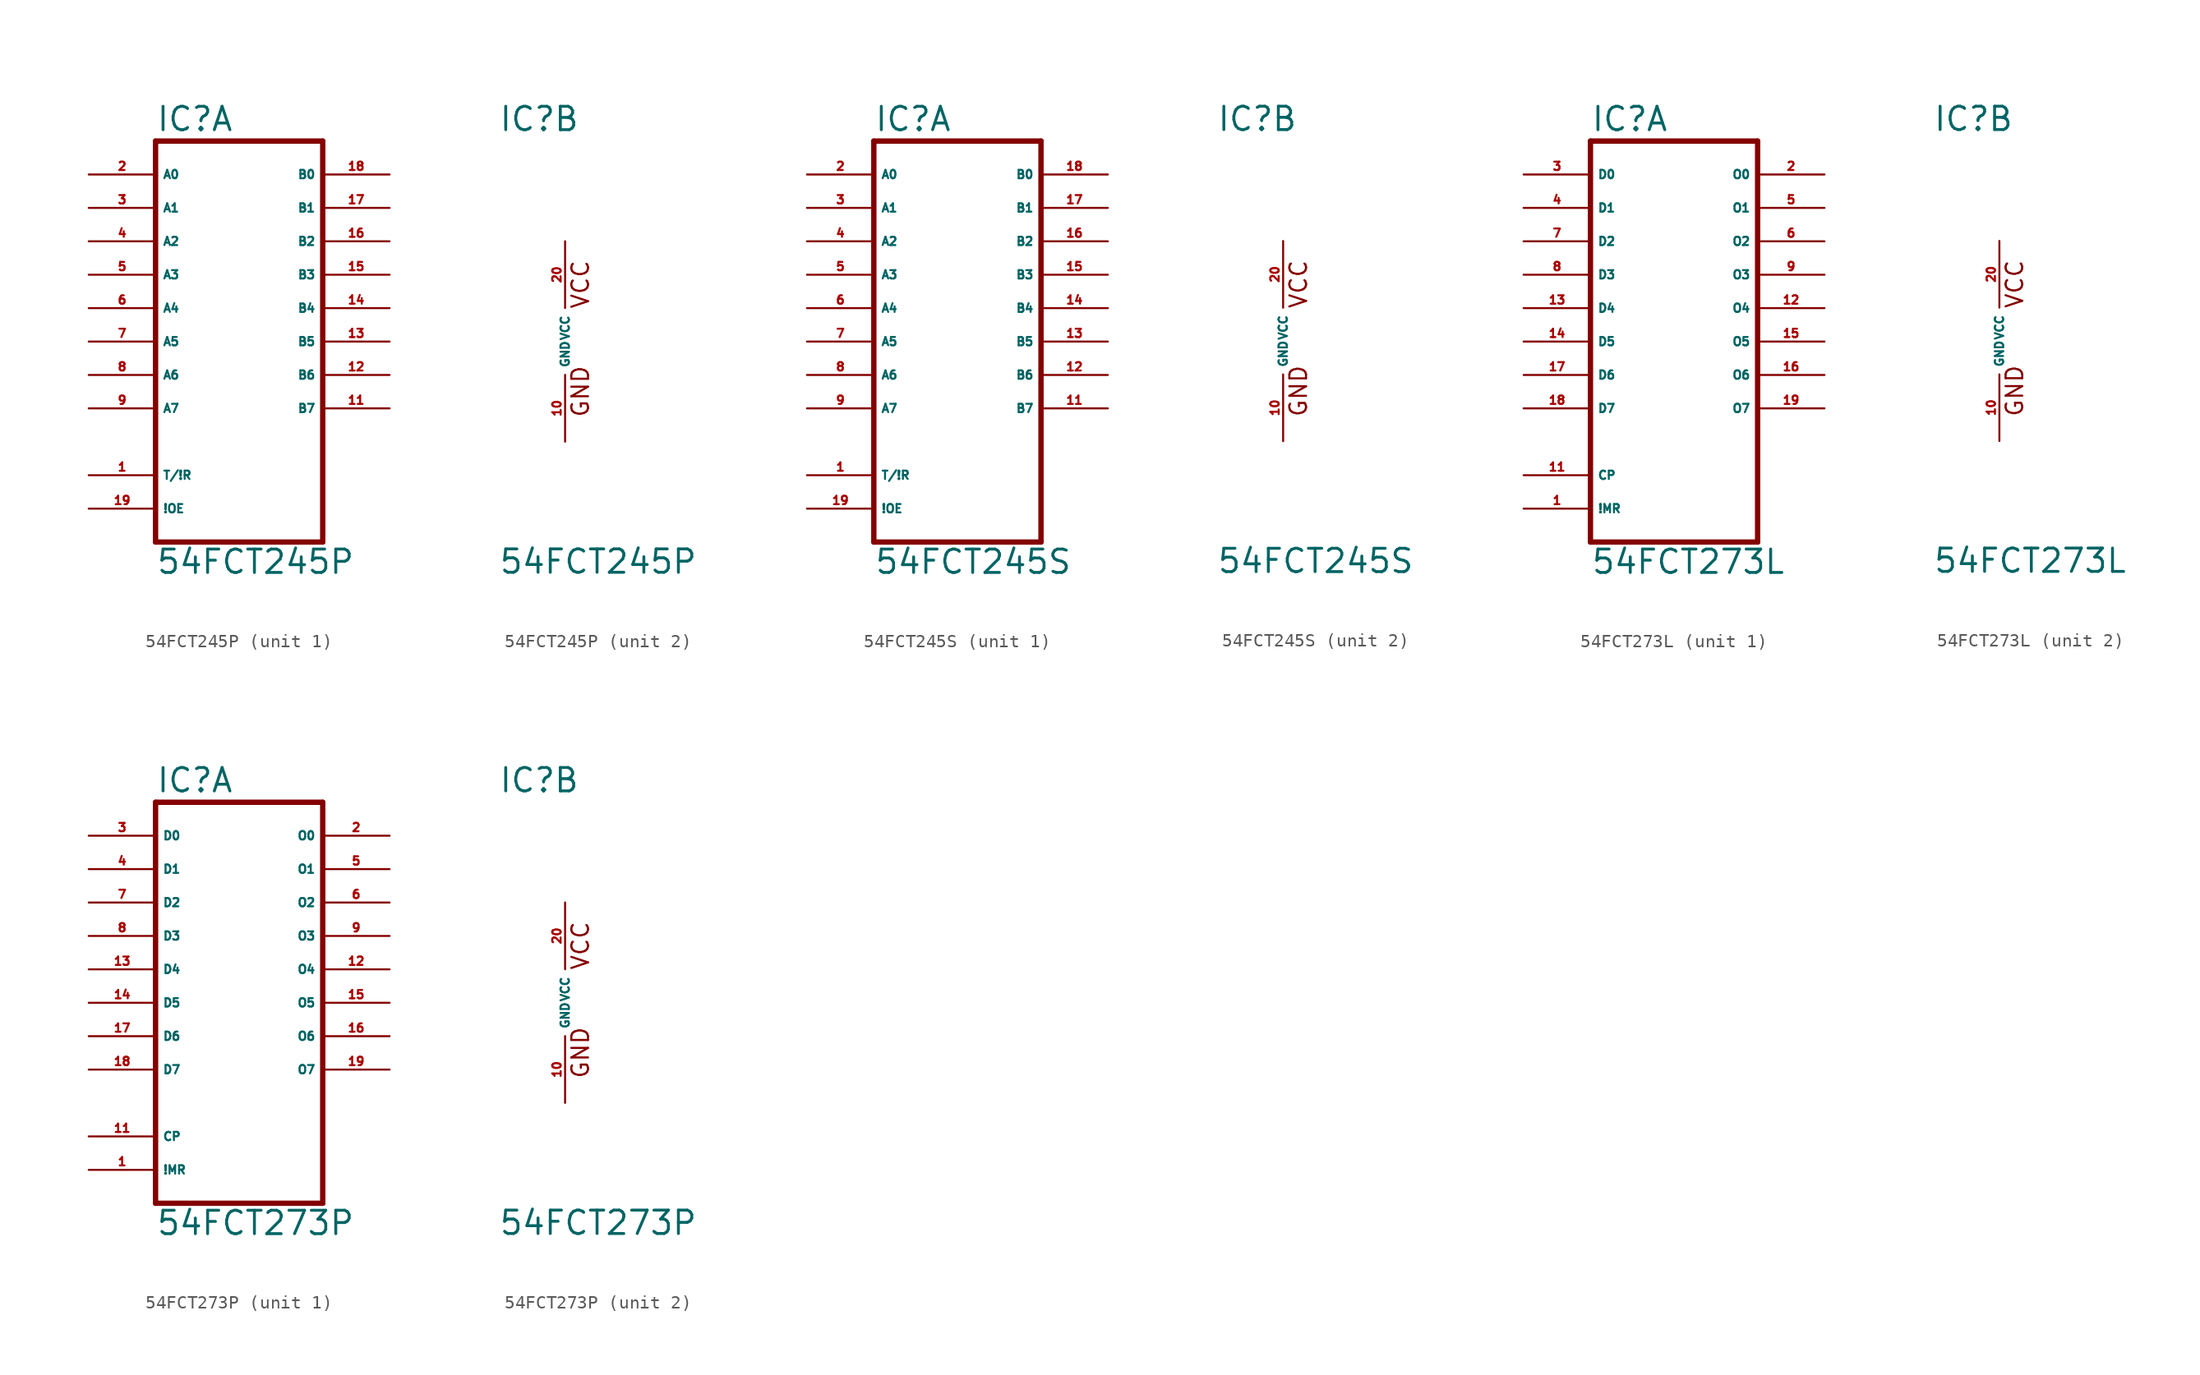
<source format=kicad_sym>
(kicad_symbol_lib
  (version 20220914)
  (generator Eagle2Kicad)
  (symbol "54FCT245P"
    (property "Reference" "IC"
      (at -5.08 15.875 0)
      (effects (font (size 1.778 1.778) (thickness 0.22)) (justify left bottom)))
    (property "Value" "54FCT245P"
      (at -5.08 -17.78 0)
      (effects (font (size 1.778 1.778) (thickness 0.22)) (justify left bottom)))
    (symbol "54FCT245P_1_0"
      (polyline (pts (xy -5.08 -15.24) (xy 7.62 -15.24)) (stroke (width 0.406) (type default)) (fill (type none)))
      (polyline (pts (xy 7.62 -15.24) (xy 7.62 15.24)) (stroke (width 0.406) (type default)) (fill (type none)))
      (polyline (pts (xy 7.62 15.24) (xy -5.08 15.24)) (stroke (width 0.406) (type default)) (fill (type none)))
      (polyline (pts (xy -5.08 15.24) (xy -5.08 -15.24)) (stroke (width 0.406) (type default)) (fill (type none)))
      (pin bidirectional line (at -10.16 12.7 0) (length 5.08) (name "A0" (effects (font (size 0.635 0.635) (thickness 0.08)) (justify left bottom))) (number "2" (effects (font (size 0.635 0.635) (thickness 0.08)) (justify left bottom))))
      (pin bidirectional line (at -10.16 10.16 0) (length 5.08) (name "A1" (effects (font (size 0.635 0.635) (thickness 0.08)) (justify left bottom))) (number "3" (effects (font (size 0.635 0.635) (thickness 0.08)) (justify left bottom))))
      (pin bidirectional line (at -10.16 7.62 0) (length 5.08) (name "A2" (effects (font (size 0.635 0.635) (thickness 0.08)) (justify left bottom))) (number "4" (effects (font (size 0.635 0.635) (thickness 0.08)) (justify left bottom))))
      (pin bidirectional line (at -10.16 5.08 0) (length 5.08) (name "A3" (effects (font (size 0.635 0.635) (thickness 0.08)) (justify left bottom))) (number "5" (effects (font (size 0.635 0.635) (thickness 0.08)) (justify left bottom))))
      (pin bidirectional line (at -10.16 2.54 0) (length 5.08) (name "A4" (effects (font (size 0.635 0.635) (thickness 0.08)) (justify left bottom))) (number "6" (effects (font (size 0.635 0.635) (thickness 0.08)) (justify left bottom))))
      (pin bidirectional line (at -10.16 0 0) (length 5.08) (name "A5" (effects (font (size 0.635 0.635) (thickness 0.08)) (justify left bottom))) (number "7" (effects (font (size 0.635 0.635) (thickness 0.08)) (justify left bottom))))
      (pin bidirectional line (at -10.16 -2.54 0) (length 5.08) (name "A6" (effects (font (size 0.635 0.635) (thickness 0.08)) (justify left bottom))) (number "8" (effects (font (size 0.635 0.635) (thickness 0.08)) (justify left bottom))))
      (pin bidirectional line (at -10.16 -5.08 0) (length 5.08) (name "A7" (effects (font (size 0.635 0.635) (thickness 0.08)) (justify left bottom))) (number "9" (effects (font (size 0.635 0.635) (thickness 0.08)) (justify left bottom))))
      (pin bidirectional line (at 12.7 12.7 180) (length 5.08) (name "B0" (effects (font (size 0.635 0.635) (thickness 0.08)) (justify left bottom))) (number "18" (effects (font (size 0.635 0.635) (thickness 0.08)) (justify left bottom))))
      (pin bidirectional line (at 12.7 10.16 180) (length 5.08) (name "B1" (effects (font (size 0.635 0.635) (thickness 0.08)) (justify left bottom))) (number "17" (effects (font (size 0.635 0.635) (thickness 0.08)) (justify left bottom))))
      (pin bidirectional line (at 12.7 7.62 180) (length 5.08) (name "B2" (effects (font (size 0.635 0.635) (thickness 0.08)) (justify left bottom))) (number "16" (effects (font (size 0.635 0.635) (thickness 0.08)) (justify left bottom))))
      (pin bidirectional line (at 12.7 5.08 180) (length 5.08) (name "B3" (effects (font (size 0.635 0.635) (thickness 0.08)) (justify left bottom))) (number "15" (effects (font (size 0.635 0.635) (thickness 0.08)) (justify left bottom))))
      (pin bidirectional line (at 12.7 2.54 180) (length 5.08) (name "B4" (effects (font (size 0.635 0.635) (thickness 0.08)) (justify left bottom))) (number "14" (effects (font (size 0.635 0.635) (thickness 0.08)) (justify left bottom))))
      (pin bidirectional line (at 12.7 0 180) (length 5.08) (name "B5" (effects (font (size 0.635 0.635) (thickness 0.08)) (justify left bottom))) (number "13" (effects (font (size 0.635 0.635) (thickness 0.08)) (justify left bottom))))
      (pin bidirectional line (at 12.7 -2.54 180) (length 5.08) (name "B6" (effects (font (size 0.635 0.635) (thickness 0.08)) (justify left bottom))) (number "12" (effects (font (size 0.635 0.635) (thickness 0.08)) (justify left bottom))))
      (pin bidirectional line (at 12.7 -5.08 180) (length 5.08) (name "B7" (effects (font (size 0.635 0.635) (thickness 0.08)) (justify left bottom))) (number "11" (effects (font (size 0.635 0.635) (thickness 0.08)) (justify left bottom))))
      (pin input line (at -10.16 -10.16 0) (length 5.08) (name "T/!R" (effects (font (size 0.635 0.635) (thickness 0.08)) (justify left bottom))) (number "1" (effects (font (size 0.635 0.635) (thickness 0.08)) (justify left bottom))))
      (pin input line (at -10.16 -12.7 0) (length 5.08) (name "!OE" (effects (font (size 0.635 0.635) (thickness 0.08)) (justify left bottom))) (number "19" (effects (font (size 0.635 0.635) (thickness 0.08)) (justify left bottom)))))
    (symbol "54FCT245P_2_0"
      (text "GND" (at 1.905 -5.842 900) (effects (font (size 1.27 1.27) (thickness 0.16)) (justify left bottom)))
      (text "VCC" (at 1.905 2.413 900) (effects (font (size 1.27 1.27) (thickness 0.16)) (justify left bottom)))
      (pin unspecified line (at 0 7.62 270) (length 5.08) (name "VCC" (effects (font (size 0.635 0.635) (thickness 0.08)) (justify left bottom))) (number "20" (effects (font (size 0.635 0.635) (thickness 0.08)) (justify left bottom))))
      (pin unspecified line (at 0 -7.62 90) (length 5.08) (name "GND" (effects (font (size 0.635 0.635) (thickness 0.08)) (justify left bottom))) (number "10" (effects (font (size 0.635 0.635) (thickness 0.08)) (justify left bottom))))))
  (symbol "54FCT245S"
    (property "Reference" "IC"
      (at -5.08 15.875 0)
      (effects (font (size 1.778 1.778) (thickness 0.22)) (justify left bottom)))
    (property "Value" "54FCT245S"
      (at -5.08 -17.78 0)
      (effects (font (size 1.778 1.778) (thickness 0.22)) (justify left bottom)))
    (symbol "54FCT245S_1_0"
      (polyline (pts (xy -5.08 -15.24) (xy 7.62 -15.24)) (stroke (width 0.406) (type default)) (fill (type none)))
      (polyline (pts (xy 7.62 -15.24) (xy 7.62 15.24)) (stroke (width 0.406) (type default)) (fill (type none)))
      (polyline (pts (xy 7.62 15.24) (xy -5.08 15.24)) (stroke (width 0.406) (type default)) (fill (type none)))
      (polyline (pts (xy -5.08 15.24) (xy -5.08 -15.24)) (stroke (width 0.406) (type default)) (fill (type none)))
      (pin bidirectional line (at -10.16 12.7 0) (length 5.08) (name "A0" (effects (font (size 0.635 0.635) (thickness 0.08)) (justify left bottom))) (number "2" (effects (font (size 0.635 0.635) (thickness 0.08)) (justify left bottom))))
      (pin bidirectional line (at -10.16 10.16 0) (length 5.08) (name "A1" (effects (font (size 0.635 0.635) (thickness 0.08)) (justify left bottom))) (number "3" (effects (font (size 0.635 0.635) (thickness 0.08)) (justify left bottom))))
      (pin bidirectional line (at -10.16 7.62 0) (length 5.08) (name "A2" (effects (font (size 0.635 0.635) (thickness 0.08)) (justify left bottom))) (number "4" (effects (font (size 0.635 0.635) (thickness 0.08)) (justify left bottom))))
      (pin bidirectional line (at -10.16 5.08 0) (length 5.08) (name "A3" (effects (font (size 0.635 0.635) (thickness 0.08)) (justify left bottom))) (number "5" (effects (font (size 0.635 0.635) (thickness 0.08)) (justify left bottom))))
      (pin bidirectional line (at -10.16 2.54 0) (length 5.08) (name "A4" (effects (font (size 0.635 0.635) (thickness 0.08)) (justify left bottom))) (number "6" (effects (font (size 0.635 0.635) (thickness 0.08)) (justify left bottom))))
      (pin bidirectional line (at -10.16 0 0) (length 5.08) (name "A5" (effects (font (size 0.635 0.635) (thickness 0.08)) (justify left bottom))) (number "7" (effects (font (size 0.635 0.635) (thickness 0.08)) (justify left bottom))))
      (pin bidirectional line (at -10.16 -2.54 0) (length 5.08) (name "A6" (effects (font (size 0.635 0.635) (thickness 0.08)) (justify left bottom))) (number "8" (effects (font (size 0.635 0.635) (thickness 0.08)) (justify left bottom))))
      (pin bidirectional line (at -10.16 -5.08 0) (length 5.08) (name "A7" (effects (font (size 0.635 0.635) (thickness 0.08)) (justify left bottom))) (number "9" (effects (font (size 0.635 0.635) (thickness 0.08)) (justify left bottom))))
      (pin bidirectional line (at 12.7 12.7 180) (length 5.08) (name "B0" (effects (font (size 0.635 0.635) (thickness 0.08)) (justify left bottom))) (number "18" (effects (font (size 0.635 0.635) (thickness 0.08)) (justify left bottom))))
      (pin bidirectional line (at 12.7 10.16 180) (length 5.08) (name "B1" (effects (font (size 0.635 0.635) (thickness 0.08)) (justify left bottom))) (number "17" (effects (font (size 0.635 0.635) (thickness 0.08)) (justify left bottom))))
      (pin bidirectional line (at 12.7 7.62 180) (length 5.08) (name "B2" (effects (font (size 0.635 0.635) (thickness 0.08)) (justify left bottom))) (number "16" (effects (font (size 0.635 0.635) (thickness 0.08)) (justify left bottom))))
      (pin bidirectional line (at 12.7 5.08 180) (length 5.08) (name "B3" (effects (font (size 0.635 0.635) (thickness 0.08)) (justify left bottom))) (number "15" (effects (font (size 0.635 0.635) (thickness 0.08)) (justify left bottom))))
      (pin bidirectional line (at 12.7 2.54 180) (length 5.08) (name "B4" (effects (font (size 0.635 0.635) (thickness 0.08)) (justify left bottom))) (number "14" (effects (font (size 0.635 0.635) (thickness 0.08)) (justify left bottom))))
      (pin bidirectional line (at 12.7 0 180) (length 5.08) (name "B5" (effects (font (size 0.635 0.635) (thickness 0.08)) (justify left bottom))) (number "13" (effects (font (size 0.635 0.635) (thickness 0.08)) (justify left bottom))))
      (pin bidirectional line (at 12.7 -2.54 180) (length 5.08) (name "B6" (effects (font (size 0.635 0.635) (thickness 0.08)) (justify left bottom))) (number "12" (effects (font (size 0.635 0.635) (thickness 0.08)) (justify left bottom))))
      (pin bidirectional line (at 12.7 -5.08 180) (length 5.08) (name "B7" (effects (font (size 0.635 0.635) (thickness 0.08)) (justify left bottom))) (number "11" (effects (font (size 0.635 0.635) (thickness 0.08)) (justify left bottom))))
      (pin input line (at -10.16 -10.16 0) (length 5.08) (name "T/!R" (effects (font (size 0.635 0.635) (thickness 0.08)) (justify left bottom))) (number "1" (effects (font (size 0.635 0.635) (thickness 0.08)) (justify left bottom))))
      (pin input line (at -10.16 -12.7 0) (length 5.08) (name "!OE" (effects (font (size 0.635 0.635) (thickness 0.08)) (justify left bottom))) (number "19" (effects (font (size 0.635 0.635) (thickness 0.08)) (justify left bottom)))))
    (symbol "54FCT245S_2_0"
      (text "GND" (at 1.905 -5.842 900) (effects (font (size 1.27 1.27) (thickness 0.16)) (justify left bottom)))
      (text "VCC" (at 1.905 2.413 900) (effects (font (size 1.27 1.27) (thickness 0.16)) (justify left bottom)))
      (pin unspecified line (at 0 7.62 270) (length 5.08) (name "VCC" (effects (font (size 0.635 0.635) (thickness 0.08)) (justify left bottom))) (number "20" (effects (font (size 0.635 0.635) (thickness 0.08)) (justify left bottom))))
      (pin unspecified line (at 0 -7.62 90) (length 5.08) (name "GND" (effects (font (size 0.635 0.635) (thickness 0.08)) (justify left bottom))) (number "10" (effects (font (size 0.635 0.635) (thickness 0.08)) (justify left bottom))))))
  (symbol "54FCT273L"
    (property "Reference" "IC"
      (at -5.08 15.875 0)
      (effects (font (size 1.778 1.778) (thickness 0.22)) (justify left bottom)))
    (property "Value" "54FCT273L"
      (at -5.08 -17.78 0)
      (effects (font (size 1.778 1.778) (thickness 0.22)) (justify left bottom)))
    (symbol "54FCT273L_1_0"
      (polyline (pts (xy -5.08 -15.24) (xy 7.62 -15.24)) (stroke (width 0.406) (type default)) (fill (type none)))
      (polyline (pts (xy 7.62 -15.24) (xy 7.62 15.24)) (stroke (width 0.406) (type default)) (fill (type none)))
      (polyline (pts (xy 7.62 15.24) (xy -5.08 15.24)) (stroke (width 0.406) (type default)) (fill (type none)))
      (polyline (pts (xy -5.08 15.24) (xy -5.08 -15.24)) (stroke (width 0.406) (type default)) (fill (type none)))
      (pin input line (at -10.16 12.7 0) (length 5.08) (name "D0" (effects (font (size 0.635 0.635) (thickness 0.08)) (justify left bottom))) (number "3" (effects (font (size 0.635 0.635) (thickness 0.08)) (justify left bottom))))
      (pin input line (at -10.16 10.16 0) (length 5.08) (name "D1" (effects (font (size 0.635 0.635) (thickness 0.08)) (justify left bottom))) (number "4" (effects (font (size 0.635 0.635) (thickness 0.08)) (justify left bottom))))
      (pin input line (at -10.16 7.62 0) (length 5.08) (name "D2" (effects (font (size 0.635 0.635) (thickness 0.08)) (justify left bottom))) (number "7" (effects (font (size 0.635 0.635) (thickness 0.08)) (justify left bottom))))
      (pin input line (at -10.16 5.08 0) (length 5.08) (name "D3" (effects (font (size 0.635 0.635) (thickness 0.08)) (justify left bottom))) (number "8" (effects (font (size 0.635 0.635) (thickness 0.08)) (justify left bottom))))
      (pin input line (at -10.16 2.54 0) (length 5.08) (name "D4" (effects (font (size 0.635 0.635) (thickness 0.08)) (justify left bottom))) (number "13" (effects (font (size 0.635 0.635) (thickness 0.08)) (justify left bottom))))
      (pin input line (at -10.16 0 0) (length 5.08) (name "D5" (effects (font (size 0.635 0.635) (thickness 0.08)) (justify left bottom))) (number "14" (effects (font (size 0.635 0.635) (thickness 0.08)) (justify left bottom))))
      (pin input line (at -10.16 -2.54 0) (length 5.08) (name "D6" (effects (font (size 0.635 0.635) (thickness 0.08)) (justify left bottom))) (number "17" (effects (font (size 0.635 0.635) (thickness 0.08)) (justify left bottom))))
      (pin input line (at -10.16 -5.08 0) (length 5.08) (name "D7" (effects (font (size 0.635 0.635) (thickness 0.08)) (justify left bottom))) (number "18" (effects (font (size 0.635 0.635) (thickness 0.08)) (justify left bottom))))
      (pin output line (at 12.7 12.7 180) (length 5.08) (name "O0" (effects (font (size 0.635 0.635) (thickness 0.08)) (justify left bottom))) (number "2" (effects (font (size 0.635 0.635) (thickness 0.08)) (justify left bottom))))
      (pin output line (at 12.7 10.16 180) (length 5.08) (name "O1" (effects (font (size 0.635 0.635) (thickness 0.08)) (justify left bottom))) (number "5" (effects (font (size 0.635 0.635) (thickness 0.08)) (justify left bottom))))
      (pin output line (at 12.7 7.62 180) (length 5.08) (name "O2" (effects (font (size 0.635 0.635) (thickness 0.08)) (justify left bottom))) (number "6" (effects (font (size 0.635 0.635) (thickness 0.08)) (justify left bottom))))
      (pin output line (at 12.7 5.08 180) (length 5.08) (name "O3" (effects (font (size 0.635 0.635) (thickness 0.08)) (justify left bottom))) (number "9" (effects (font (size 0.635 0.635) (thickness 0.08)) (justify left bottom))))
      (pin output line (at 12.7 2.54 180) (length 5.08) (name "O4" (effects (font (size 0.635 0.635) (thickness 0.08)) (justify left bottom))) (number "12" (effects (font (size 0.635 0.635) (thickness 0.08)) (justify left bottom))))
      (pin output line (at 12.7 0 180) (length 5.08) (name "O5" (effects (font (size 0.635 0.635) (thickness 0.08)) (justify left bottom))) (number "15" (effects (font (size 0.635 0.635) (thickness 0.08)) (justify left bottom))))
      (pin output line (at 12.7 -2.54 180) (length 5.08) (name "O6" (effects (font (size 0.635 0.635) (thickness 0.08)) (justify left bottom))) (number "16" (effects (font (size 0.635 0.635) (thickness 0.08)) (justify left bottom))))
      (pin output line (at 12.7 -5.08 180) (length 5.08) (name "O7" (effects (font (size 0.635 0.635) (thickness 0.08)) (justify left bottom))) (number "19" (effects (font (size 0.635 0.635) (thickness 0.08)) (justify left bottom))))
      (pin input line (at -10.16 -10.16 0) (length 5.08) (name "CP" (effects (font (size 0.635 0.635) (thickness 0.08)) (justify left bottom))) (number "11" (effects (font (size 0.635 0.635) (thickness 0.08)) (justify left bottom))))
      (pin input line (at -10.16 -12.7 0) (length 5.08) (name "!MR" (effects (font (size 0.635 0.635) (thickness 0.08)) (justify left bottom))) (number "1" (effects (font (size 0.635 0.635) (thickness 0.08)) (justify left bottom)))))
    (symbol "54FCT273L_2_0"
      (text "GND" (at 1.905 -5.842 900) (effects (font (size 1.27 1.27) (thickness 0.16)) (justify left bottom)))
      (text "VCC" (at 1.905 2.413 900) (effects (font (size 1.27 1.27) (thickness 0.16)) (justify left bottom)))
      (pin unspecified line (at 0 7.62 270) (length 5.08) (name "VCC" (effects (font (size 0.635 0.635) (thickness 0.08)) (justify left bottom))) (number "20" (effects (font (size 0.635 0.635) (thickness 0.08)) (justify left bottom))))
      (pin unspecified line (at 0 -7.62 90) (length 5.08) (name "GND" (effects (font (size 0.635 0.635) (thickness 0.08)) (justify left bottom))) (number "10" (effects (font (size 0.635 0.635) (thickness 0.08)) (justify left bottom))))))
  (symbol "54FCT273P"
    (property "Reference" "IC"
      (at -5.08 15.875 0)
      (effects (font (size 1.778 1.778) (thickness 0.22)) (justify left bottom)))
    (property "Value" "54FCT273P"
      (at -5.08 -17.78 0)
      (effects (font (size 1.778 1.778) (thickness 0.22)) (justify left bottom)))
    (symbol "54FCT273P_1_0"
      (polyline (pts (xy -5.08 -15.24) (xy 7.62 -15.24)) (stroke (width 0.406) (type default)) (fill (type none)))
      (polyline (pts (xy 7.62 -15.24) (xy 7.62 15.24)) (stroke (width 0.406) (type default)) (fill (type none)))
      (polyline (pts (xy 7.62 15.24) (xy -5.08 15.24)) (stroke (width 0.406) (type default)) (fill (type none)))
      (polyline (pts (xy -5.08 15.24) (xy -5.08 -15.24)) (stroke (width 0.406) (type default)) (fill (type none)))
      (pin input line (at -10.16 12.7 0) (length 5.08) (name "D0" (effects (font (size 0.635 0.635) (thickness 0.08)) (justify left bottom))) (number "3" (effects (font (size 0.635 0.635) (thickness 0.08)) (justify left bottom))))
      (pin input line (at -10.16 10.16 0) (length 5.08) (name "D1" (effects (font (size 0.635 0.635) (thickness 0.08)) (justify left bottom))) (number "4" (effects (font (size 0.635 0.635) (thickness 0.08)) (justify left bottom))))
      (pin input line (at -10.16 7.62 0) (length 5.08) (name "D2" (effects (font (size 0.635 0.635) (thickness 0.08)) (justify left bottom))) (number "7" (effects (font (size 0.635 0.635) (thickness 0.08)) (justify left bottom))))
      (pin input line (at -10.16 5.08 0) (length 5.08) (name "D3" (effects (font (size 0.635 0.635) (thickness 0.08)) (justify left bottom))) (number "8" (effects (font (size 0.635 0.635) (thickness 0.08)) (justify left bottom))))
      (pin input line (at -10.16 2.54 0) (length 5.08) (name "D4" (effects (font (size 0.635 0.635) (thickness 0.08)) (justify left bottom))) (number "13" (effects (font (size 0.635 0.635) (thickness 0.08)) (justify left bottom))))
      (pin input line (at -10.16 0 0) (length 5.08) (name "D5" (effects (font (size 0.635 0.635) (thickness 0.08)) (justify left bottom))) (number "14" (effects (font (size 0.635 0.635) (thickness 0.08)) (justify left bottom))))
      (pin input line (at -10.16 -2.54 0) (length 5.08) (name "D6" (effects (font (size 0.635 0.635) (thickness 0.08)) (justify left bottom))) (number "17" (effects (font (size 0.635 0.635) (thickness 0.08)) (justify left bottom))))
      (pin input line (at -10.16 -5.08 0) (length 5.08) (name "D7" (effects (font (size 0.635 0.635) (thickness 0.08)) (justify left bottom))) (number "18" (effects (font (size 0.635 0.635) (thickness 0.08)) (justify left bottom))))
      (pin output line (at 12.7 12.7 180) (length 5.08) (name "O0" (effects (font (size 0.635 0.635) (thickness 0.08)) (justify left bottom))) (number "2" (effects (font (size 0.635 0.635) (thickness 0.08)) (justify left bottom))))
      (pin output line (at 12.7 10.16 180) (length 5.08) (name "O1" (effects (font (size 0.635 0.635) (thickness 0.08)) (justify left bottom))) (number "5" (effects (font (size 0.635 0.635) (thickness 0.08)) (justify left bottom))))
      (pin output line (at 12.7 7.62 180) (length 5.08) (name "O2" (effects (font (size 0.635 0.635) (thickness 0.08)) (justify left bottom))) (number "6" (effects (font (size 0.635 0.635) (thickness 0.08)) (justify left bottom))))
      (pin output line (at 12.7 5.08 180) (length 5.08) (name "O3" (effects (font (size 0.635 0.635) (thickness 0.08)) (justify left bottom))) (number "9" (effects (font (size 0.635 0.635) (thickness 0.08)) (justify left bottom))))
      (pin output line (at 12.7 2.54 180) (length 5.08) (name "O4" (effects (font (size 0.635 0.635) (thickness 0.08)) (justify left bottom))) (number "12" (effects (font (size 0.635 0.635) (thickness 0.08)) (justify left bottom))))
      (pin output line (at 12.7 0 180) (length 5.08) (name "O5" (effects (font (size 0.635 0.635) (thickness 0.08)) (justify left bottom))) (number "15" (effects (font (size 0.635 0.635) (thickness 0.08)) (justify left bottom))))
      (pin output line (at 12.7 -2.54 180) (length 5.08) (name "O6" (effects (font (size 0.635 0.635) (thickness 0.08)) (justify left bottom))) (number "16" (effects (font (size 0.635 0.635) (thickness 0.08)) (justify left bottom))))
      (pin output line (at 12.7 -5.08 180) (length 5.08) (name "O7" (effects (font (size 0.635 0.635) (thickness 0.08)) (justify left bottom))) (number "19" (effects (font (size 0.635 0.635) (thickness 0.08)) (justify left bottom))))
      (pin input line (at -10.16 -10.16 0) (length 5.08) (name "CP" (effects (font (size 0.635 0.635) (thickness 0.08)) (justify left bottom))) (number "11" (effects (font (size 0.635 0.635) (thickness 0.08)) (justify left bottom))))
      (pin input line (at -10.16 -12.7 0) (length 5.08) (name "!MR" (effects (font (size 0.635 0.635) (thickness 0.08)) (justify left bottom))) (number "1" (effects (font (size 0.635 0.635) (thickness 0.08)) (justify left bottom)))))
    (symbol "54FCT273P_2_0"
      (text "GND" (at 1.905 -5.842 900) (effects (font (size 1.27 1.27) (thickness 0.16)) (justify left bottom)))
      (text "VCC" (at 1.905 2.413 900) (effects (font (size 1.27 1.27) (thickness 0.16)) (justify left bottom)))
      (pin unspecified line (at 0 7.62 270) (length 5.08) (name "VCC" (effects (font (size 0.635 0.635) (thickness 0.08)) (justify left bottom))) (number "20" (effects (font (size 0.635 0.635) (thickness 0.08)) (justify left bottom))))
      (pin unspecified line (at 0 -7.62 90) (length 5.08) (name "GND" (effects (font (size 0.635 0.635) (thickness 0.08)) (justify left bottom))) (number "10" (effects (font (size 0.635 0.635) (thickness 0.08)) (justify left bottom)))))))
</source>
